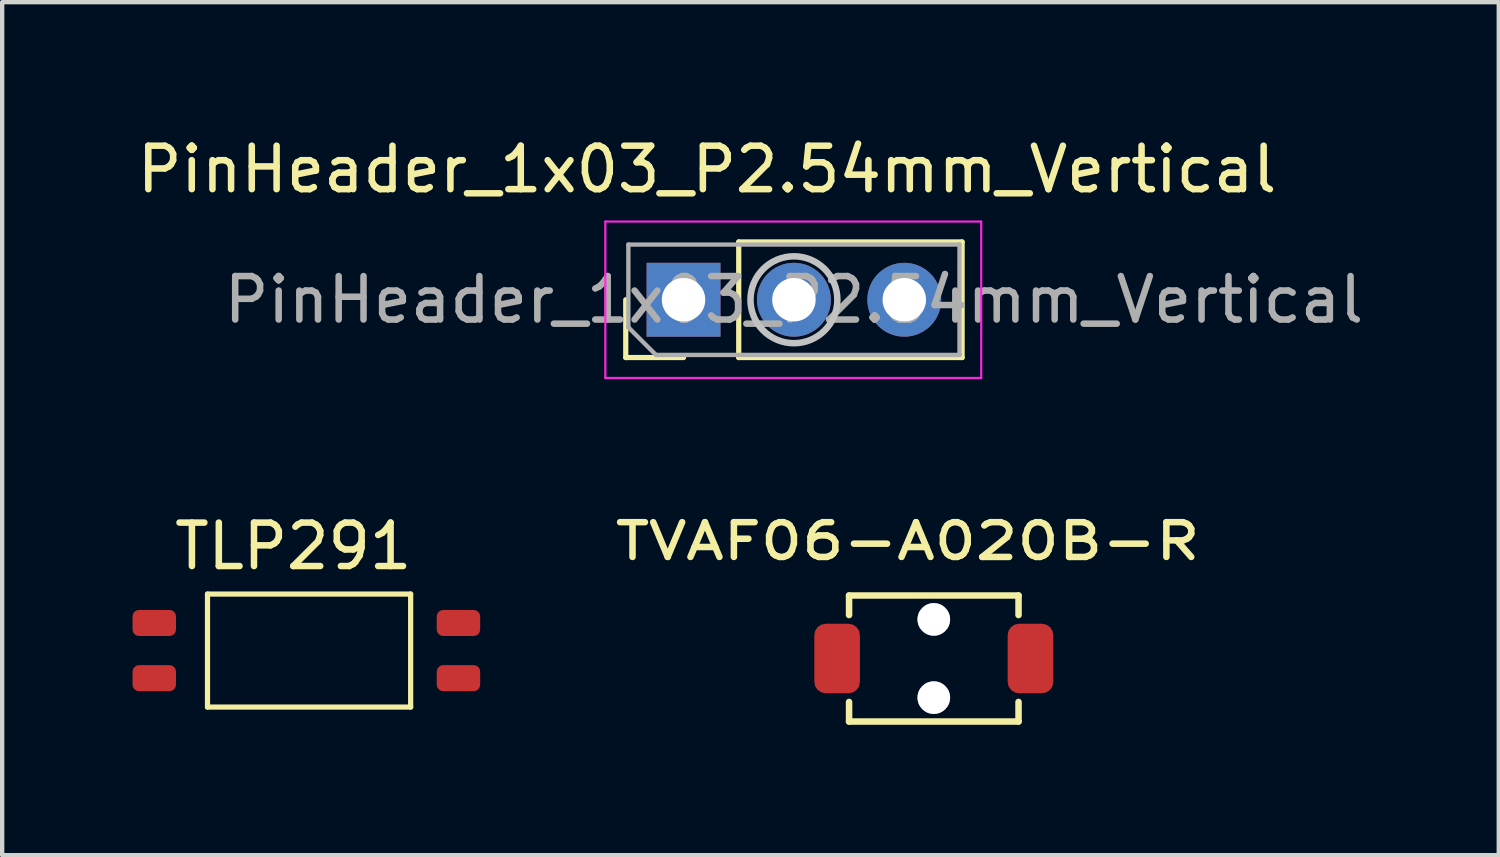
<source format=kicad_pcb>
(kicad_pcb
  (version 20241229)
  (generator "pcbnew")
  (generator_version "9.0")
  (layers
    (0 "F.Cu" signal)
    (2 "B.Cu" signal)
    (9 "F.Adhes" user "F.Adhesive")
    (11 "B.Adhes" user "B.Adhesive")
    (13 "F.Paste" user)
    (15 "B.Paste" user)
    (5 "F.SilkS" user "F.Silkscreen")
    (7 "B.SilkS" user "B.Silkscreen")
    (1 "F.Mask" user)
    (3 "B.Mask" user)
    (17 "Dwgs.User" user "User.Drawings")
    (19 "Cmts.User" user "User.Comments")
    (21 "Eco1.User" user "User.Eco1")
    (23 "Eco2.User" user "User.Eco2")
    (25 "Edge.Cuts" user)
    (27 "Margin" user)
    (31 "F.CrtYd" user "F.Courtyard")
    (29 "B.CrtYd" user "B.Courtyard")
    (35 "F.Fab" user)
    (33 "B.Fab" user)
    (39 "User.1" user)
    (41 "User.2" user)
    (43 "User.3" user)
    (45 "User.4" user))
  (footprint "TLP291"
    (layer "F.Cu")
    (at 4 11.921)
    (property "Reference" "TLP291" (at -0.3 -2.4 0) (layer "F.SilkS") (effects (font (size 1 1) (thickness 0.15))))
    (attr through_hole)
    (fp_line (start -2.275 -1.3) (end -2.275 1.3) (stroke (width 0.12) (type solid)) (layer "F.SilkS"))
    (fp_line (start -2.275 -1.3) (end 2.4 -1.3) (stroke (width 0.12) (type solid)) (layer "F.SilkS"))
    (fp_line (start -2.275 1.3) (end 2.4 1.3) (stroke (width 0.12) (type solid)) (layer "F.SilkS"))
    (fp_line (start 2.4 -1.3) (end 2.4 1.3) (stroke (width 0.12) (type solid)) (layer "F.SilkS"))
    (pad "1" smd roundrect (at -3.5 -0.635 180) (size 1 0.6) (layers "F.Cu" "F.Mask" "F.Paste") (roundrect_rratio 0.25))
    (pad "2" smd roundrect (at -3.5 0.635 180) (size 1 0.6) (layers "F.Cu" "F.Mask" "F.Paste") (roundrect_rratio 0.25))
    (pad "3" smd roundrect (at 3.5 0.635 180) (size 1 0.6) (layers "F.Cu" "F.Mask" "F.Paste") (roundrect_rratio 0.25))
    (pad "4" smd roundrect (at 3.5 -0.635 180) (size 1 0.6) (layers "F.Cu" "F.Mask" "F.Paste") (roundrect_rratio 0.25)))
  (footprint "TVAF06-A020B-R"
    (layer "F.Cu")
    (at 18.439 12.104)
    (property "Reference" "TVAF06-A020B-R" (at -0.6 -2.7 0) (layer "F.SilkS") (effects (font (size 0.8 1) (thickness 0.15))))
    (attr through_hole)
    (fp_line (start -1.95 -1.45) (end -1.95 -1) (stroke (width 0.15) (type solid)) (layer "F.SilkS"))
    (fp_line (start -1.95 -1.45) (end 1.95 -1.45) (stroke (width 0.15) (type solid)) (layer "F.SilkS"))
    (fp_line (start -1.95 1.45) (end -1.95 1) (stroke (width 0.15) (type solid)) (layer "F.SilkS"))
    (fp_line (start 1.95 -1.45) (end 1.95 -1) (stroke (width 0.15) (type solid)) (layer "F.SilkS"))
    (fp_line (start 1.95 1.45) (end -1.95 1.45) (stroke (width 0.15) (type solid)) (layer "F.SilkS"))
    (fp_line (start 1.95 1.45) (end 1.95 1) (stroke (width 0.15) (type solid)) (layer "F.SilkS"))
    (pad "" thru_hole circle (at 0 -0.9 90) (size 0.75 0.75) (drill 0.75) (layers "*.Cu" "*.Mask"))
    (pad "" thru_hole circle (at 0 0.9 90) (size 0.75 0.75) (drill 0.75) (layers "*.Cu" "*.Mask"))
    (pad "1" smd roundrect (at -2.225 0 90) (size 1.6 1.05) (layers "F.Cu" "F.Mask" "F.Paste") (roundrect_rratio 0.25))
    (pad "2" smd roundrect (at 2.225 0 90) (size 1.6 1.05) (layers "F.Cu" "F.Mask" "F.Paste") (roundrect_rratio 0.25)))
  (footprint "PinHeader_1x03_P2.54mm_Vertical"
    (layer "F.Cu")
    (at 15.22 3.848)
    (property "Reference" "PinHeader_1x03_P2.54mm_Vertical" (at -2 -3 0) (layer "F.SilkS") (effects (font (size 1 1) (thickness 0.15))))
    (attr through_hole)
    (fp_line (start -3.87 1.33) (end -3.87 0) (stroke (width 0.12) (type solid)) (layer "F.SilkS"))
    (fp_line (start -2.54 1.33) (end -3.87 1.33) (stroke (width 0.12) (type solid)) (layer "F.SilkS"))
    (fp_line (start -1.27 -1.33) (end 3.87 -1.33) (stroke (width 0.12) (type solid)) (layer "F.SilkS"))
    (fp_line (start -1.27 1.33) (end -1.27 -1.33) (stroke (width 0.12) (type solid)) (layer "F.SilkS"))
    (fp_line (start -1.27 1.33) (end 3.87 1.33) (stroke (width 0.12) (type solid)) (layer "F.SilkS"))
    (fp_line (start 3.87 1.33) (end 3.87 -1.33) (stroke (width 0.12) (type solid)) (layer "F.SilkS"))
    (fp_circle (center 0 0) (end 0 -1) (stroke (width 0.15) (type solid)) (fill no) (layer "Dwgs.User"))
    (fp_line (start -4.34 -1.8) (end -4.34 1.8) (stroke (width 0.05) (type solid)) (layer "F.CrtYd"))
    (fp_line (start -4.34 1.8) (end 4.31 1.8) (stroke (width 0.05) (type solid)) (layer "F.CrtYd"))
    (fp_line (start 4.31 -1.8) (end -4.34 -1.8) (stroke (width 0.05) (type solid)) (layer "F.CrtYd"))
    (fp_line (start 4.31 1.8) (end 4.31 -1.8) (stroke (width 0.05) (type solid)) (layer "F.CrtYd"))
    (fp_line (start -3.81 -1.27) (end 3.81 -1.27) (stroke (width 0.1) (type solid)) (layer "F.Fab"))
    (fp_line (start -3.81 0.635) (end -3.81 -1.27) (stroke (width 0.1) (type solid)) (layer "F.Fab"))
    (fp_line (start -3.175 1.27) (end -3.81 0.635) (stroke (width 0.1) (type solid)) (layer "F.Fab"))
    (fp_line (start 3.81 -1.27) (end 3.81 1.27) (stroke (width 0.1) (type solid)) (layer "F.Fab"))
    (fp_line (start 3.81 1.27) (end -3.175 1.27) (stroke (width 0.1) (type solid)) (layer "F.Fab"))
    (fp_text user "${REFERENCE}" (at 0 0 180) (layer "F.Fab") (effects (font (size 1 1) (thickness 0.15))))
    (pad "1" thru_hole rect (at -2.54 0 90) (size 1.7 1.7) (drill 1) (layers "*.Cu" "*.Mask"))
    (pad "2" thru_hole oval (at 0 0 90) (size 1.7 1.7) (drill 1) (layers "*.Cu" "*.Mask"))
    (pad "3" thru_hole oval (at 2.54 0 90) (size 1.7 1.7) (drill 1) (layers "*.Cu" "*.Mask")))
  (gr_rect
    (start -3 -3)
    (end 31.44 16.63)
    (stroke (width 0.1) (type default))
    (fill no)
    (layer "Edge.Cuts")))
</source>
